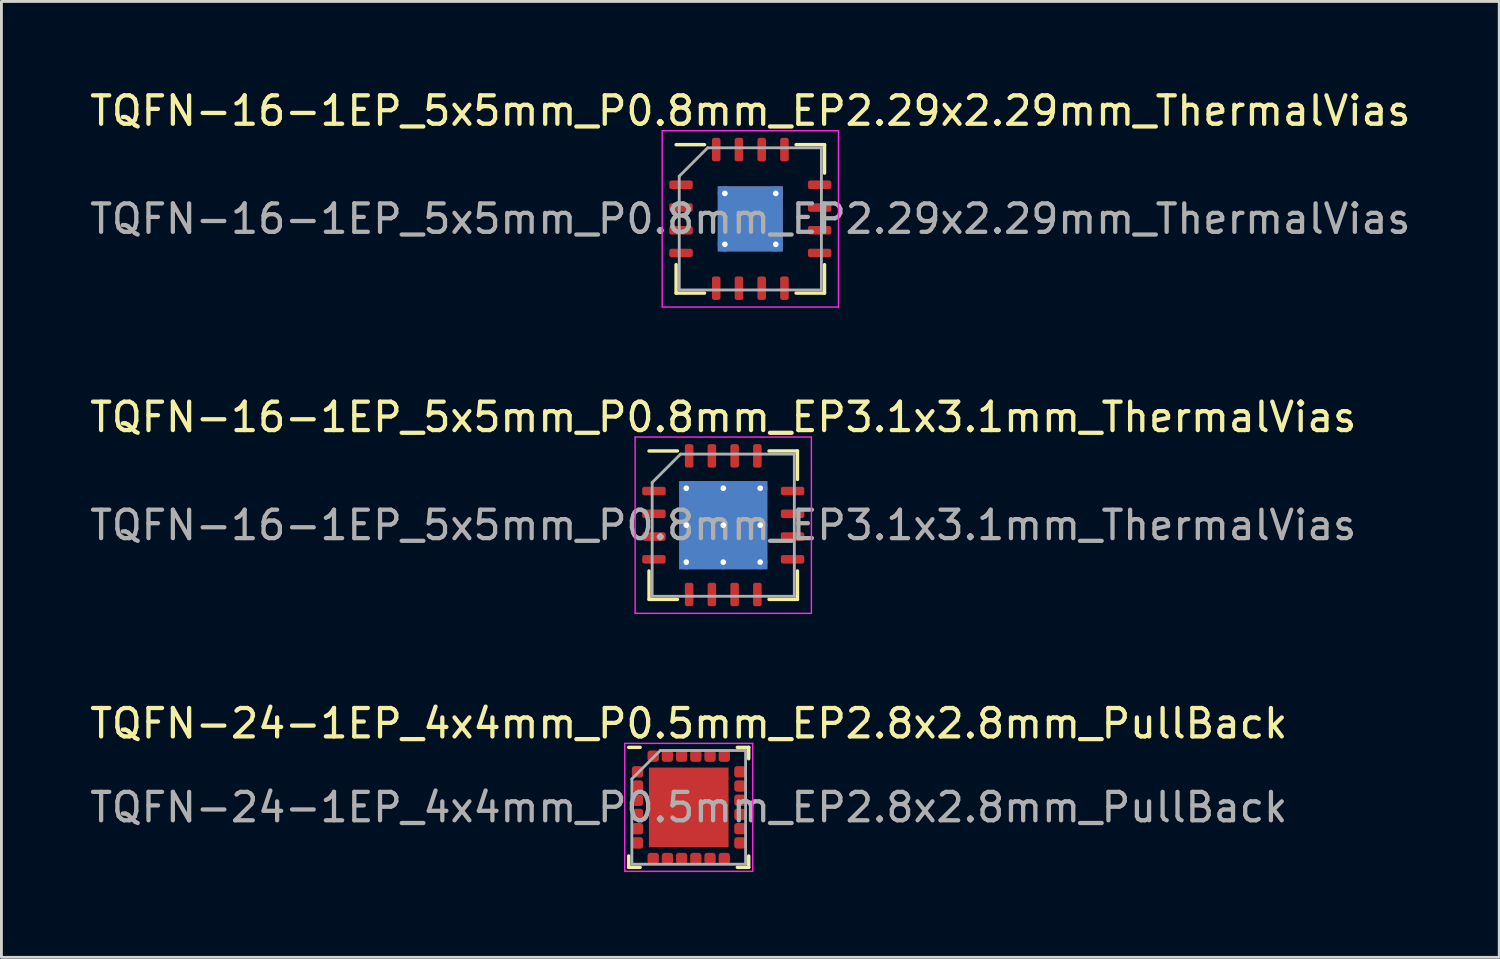
<source format=kicad_pcb>
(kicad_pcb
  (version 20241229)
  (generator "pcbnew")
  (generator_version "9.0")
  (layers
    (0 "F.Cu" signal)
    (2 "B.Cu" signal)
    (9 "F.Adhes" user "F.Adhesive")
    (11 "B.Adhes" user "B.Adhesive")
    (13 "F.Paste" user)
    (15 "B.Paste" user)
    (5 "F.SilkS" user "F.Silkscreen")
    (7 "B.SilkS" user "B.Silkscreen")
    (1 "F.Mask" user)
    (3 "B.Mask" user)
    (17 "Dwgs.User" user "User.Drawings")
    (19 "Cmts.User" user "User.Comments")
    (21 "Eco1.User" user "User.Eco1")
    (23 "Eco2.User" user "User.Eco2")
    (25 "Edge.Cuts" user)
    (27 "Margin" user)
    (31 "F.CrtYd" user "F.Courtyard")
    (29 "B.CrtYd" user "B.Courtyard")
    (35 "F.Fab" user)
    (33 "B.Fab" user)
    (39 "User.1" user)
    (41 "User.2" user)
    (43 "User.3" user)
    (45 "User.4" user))
  (footprint "TQFN-24-1EP_4x4mm_P0.5mm_EP2.8x2.8mm_PullBack"
    (layer "F.Cu")
    (at 21.173 25.345)
    (property "Reference" "TQFN-24-1EP_4x4mm_P0.5mm_EP2.8x2.8mm_PullBack" (at 0 -2.95 0) (layer "F.SilkS") (effects (font (size 1 1) (thickness 0.15))))
    (attr smd)
    (fp_line (start -2.11 2.11) (end -2.11 1.71) (stroke (width 0.12) (type solid)) (layer "F.SilkS"))
    (fp_line (start -1.71 -2.11) (end -2.11 -2.11) (stroke (width 0.12) (type solid)) (layer "F.SilkS"))
    (fp_line (start -1.71 2.11) (end -2.11 2.11) (stroke (width 0.12) (type solid)) (layer "F.SilkS"))
    (fp_line (start 1.71 -2.11) (end 2.11 -2.11) (stroke (width 0.12) (type solid)) (layer "F.SilkS"))
    (fp_line (start 1.71 2.11) (end 2.11 2.11) (stroke (width 0.12) (type solid)) (layer "F.SilkS"))
    (fp_line (start 2.11 -2.11) (end 2.11 -1.71) (stroke (width 0.12) (type solid)) (layer "F.SilkS"))
    (fp_line (start 2.11 2.11) (end 2.11 1.71) (stroke (width 0.12) (type solid)) (layer "F.SilkS"))
    (fp_line (start -2.25 -2.25) (end -2.25 2.25) (stroke (width 0.05) (type solid)) (layer "F.CrtYd"))
    (fp_line (start -2.25 2.25) (end 2.25 2.25) (stroke (width 0.05) (type solid)) (layer "F.CrtYd"))
    (fp_line (start 2.25 -2.25) (end -2.25 -2.25) (stroke (width 0.05) (type solid)) (layer "F.CrtYd"))
    (fp_line (start 2.25 2.25) (end 2.25 -2.25) (stroke (width 0.05) (type solid)) (layer "F.CrtYd"))
    (fp_line (start -2 -1) (end -1 -2) (stroke (width 0.1) (type solid)) (layer "F.Fab"))
    (fp_line (start -2 2) (end -2 -1) (stroke (width 0.1) (type solid)) (layer "F.Fab"))
    (fp_line (start -1 -2) (end 2 -2) (stroke (width 0.1) (type solid)) (layer "F.Fab"))
    (fp_line (start 2 -2) (end 2 2) (stroke (width 0.1) (type solid)) (layer "F.Fab"))
    (fp_line (start 2 2) (end -2 2) (stroke (width 0.1) (type solid)) (layer "F.Fab"))
    (fp_text user "${REFERENCE}" (at 0 0 0) (layer "F.Fab") (effects (font (size 1 1) (thickness 0.15))))
    (pad "" smd roundrect (at -0.7 -0.7) (size 1.13 1.13) (layers "F.Paste") (roundrect_rratio 0.221))
    (pad "" smd roundrect (at -0.7 0.7) (size 1.13 1.13) (layers "F.Paste") (roundrect_rratio 0.221))
    (pad "" smd roundrect (at 0.7 -0.7) (size 1.13 1.13) (layers "F.Paste") (roundrect_rratio 0.221))
    (pad "" smd roundrect (at 0.7 0.7) (size 1.13 1.13) (layers "F.Paste") (roundrect_rratio 0.221))
    (pad "1" smd roundrect (at -1.8 -1.25) (size 0.4 0.4) (layers "F.Cu" "F.Mask" "F.Paste") (roundrect_rratio 0.25))
    (pad "2" smd roundrect (at -1.8 -0.75) (size 0.4 0.4) (layers "F.Cu" "F.Mask" "F.Paste") (roundrect_rratio 0.25))
    (pad "3" smd roundrect (at -1.8 -0.25) (size 0.4 0.4) (layers "F.Cu" "F.Mask" "F.Paste") (roundrect_rratio 0.25))
    (pad "4" smd roundrect (at -1.8 0.25) (size 0.4 0.4) (layers "F.Cu" "F.Mask" "F.Paste") (roundrect_rratio 0.25))
    (pad "5" smd roundrect (at -1.8 0.75) (size 0.4 0.4) (layers "F.Cu" "F.Mask" "F.Paste") (roundrect_rratio 0.25))
    (pad "6" smd roundrect (at -1.8 1.25) (size 0.4 0.4) (layers "F.Cu" "F.Mask" "F.Paste") (roundrect_rratio 0.25))
    (pad "7" smd roundrect (at -1.25 1.8) (size 0.4 0.4) (layers "F.Cu" "F.Mask" "F.Paste") (roundrect_rratio 0.25))
    (pad "8" smd roundrect (at -0.75 1.8) (size 0.4 0.4) (layers "F.Cu" "F.Mask" "F.Paste") (roundrect_rratio 0.25))
    (pad "9" smd roundrect (at -0.25 1.8) (size 0.4 0.4) (layers "F.Cu" "F.Mask" "F.Paste") (roundrect_rratio 0.25))
    (pad "10" smd roundrect (at 0.25 1.8) (size 0.4 0.4) (layers "F.Cu" "F.Mask" "F.Paste") (roundrect_rratio 0.25))
    (pad "11" smd roundrect (at 0.75 1.8) (size 0.4 0.4) (layers "F.Cu" "F.Mask" "F.Paste") (roundrect_rratio 0.25))
    (pad "12" smd roundrect (at 1.25 1.8) (size 0.4 0.4) (layers "F.Cu" "F.Mask" "F.Paste") (roundrect_rratio 0.25))
    (pad "13" smd roundrect (at 1.8 1.25) (size 0.4 0.4) (layers "F.Cu" "F.Mask" "F.Paste") (roundrect_rratio 0.25))
    (pad "14" smd roundrect (at 1.8 0.75) (size 0.4 0.4) (layers "F.Cu" "F.Mask" "F.Paste") (roundrect_rratio 0.25))
    (pad "15" smd roundrect (at 1.8 0.25) (size 0.4 0.4) (layers "F.Cu" "F.Mask" "F.Paste") (roundrect_rratio 0.25))
    (pad "16" smd roundrect (at 1.8 -0.25) (size 0.4 0.4) (layers "F.Cu" "F.Mask" "F.Paste") (roundrect_rratio 0.25))
    (pad "17" smd roundrect (at 1.8 -0.75) (size 0.4 0.4) (layers "F.Cu" "F.Mask" "F.Paste") (roundrect_rratio 0.25))
    (pad "18" smd roundrect (at 1.8 -1.25) (size 0.4 0.4) (layers "F.Cu" "F.Mask" "F.Paste") (roundrect_rratio 0.25))
    (pad "19" smd roundrect (at 1.25 -1.8) (size 0.4 0.4) (layers "F.Cu" "F.Mask" "F.Paste") (roundrect_rratio 0.25))
    (pad "20" smd roundrect (at 0.75 -1.8) (size 0.4 0.4) (layers "F.Cu" "F.Mask" "F.Paste") (roundrect_rratio 0.25))
    (pad "21" smd roundrect (at 0.25 -1.8) (size 0.4 0.4) (layers "F.Cu" "F.Mask" "F.Paste") (roundrect_rratio 0.25))
    (pad "22" smd roundrect (at -0.25 -1.8) (size 0.4 0.4) (layers "F.Cu" "F.Mask" "F.Paste") (roundrect_rratio 0.25))
    (pad "23" smd roundrect (at -0.75 -1.8) (size 0.4 0.4) (layers "F.Cu" "F.Mask" "F.Paste") (roundrect_rratio 0.25))
    (pad "24" smd roundrect (at -1.25 -1.8) (size 0.4 0.4) (layers "F.Cu" "F.Mask" "F.Paste") (roundrect_rratio 0.25))
    (pad "25" smd rect (at 0 0) (size 2.8 2.8) (layers "F.Cu" "F.Mask")))
  (footprint "TQFN-16-1EP_5x5mm_P0.8mm_EP3.1x3.1mm_ThermalVias"
    (layer "F.Cu")
    (at 22.387 15.421)
    (property "Reference" "TQFN-16-1EP_5x5mm_P0.8mm_EP3.1x3.1mm_ThermalVias" (at 0 -3.8 0) (layer "F.SilkS") (effects (font (size 1 1) (thickness 0.15))))
    (attr smd)
    (fp_line (start -2.61 2.61) (end -2.61 1.61) (stroke (width 0.12) (type solid)) (layer "F.SilkS"))
    (fp_line (start -1.61 -2.61) (end -2.61 -2.61) (stroke (width 0.12) (type solid)) (layer "F.SilkS"))
    (fp_line (start -1.61 2.61) (end -2.61 2.61) (stroke (width 0.12) (type solid)) (layer "F.SilkS"))
    (fp_line (start 1.61 -2.61) (end 2.61 -2.61) (stroke (width 0.12) (type solid)) (layer "F.SilkS"))
    (fp_line (start 1.61 2.61) (end 2.61 2.61) (stroke (width 0.12) (type solid)) (layer "F.SilkS"))
    (fp_line (start 2.61 -2.61) (end 2.61 -1.61) (stroke (width 0.12) (type solid)) (layer "F.SilkS"))
    (fp_line (start 2.61 2.61) (end 2.61 1.61) (stroke (width 0.12) (type solid)) (layer "F.SilkS"))
    (fp_line (start -3.1 -3.1) (end -3.1 3.1) (stroke (width 0.05) (type solid)) (layer "F.CrtYd"))
    (fp_line (start -3.1 3.1) (end 3.1 3.1) (stroke (width 0.05) (type solid)) (layer "F.CrtYd"))
    (fp_line (start 3.1 -3.1) (end -3.1 -3.1) (stroke (width 0.05) (type solid)) (layer "F.CrtYd"))
    (fp_line (start 3.1 3.1) (end 3.1 -3.1) (stroke (width 0.05) (type solid)) (layer "F.CrtYd"))
    (fp_line (start -2.5 -1.5) (end -1.5 -2.5) (stroke (width 0.1) (type solid)) (layer "F.Fab"))
    (fp_line (start -2.5 2.5) (end -2.5 -1.5) (stroke (width 0.1) (type solid)) (layer "F.Fab"))
    (fp_line (start -1.5 -2.5) (end 2.5 -2.5) (stroke (width 0.1) (type solid)) (layer "F.Fab"))
    (fp_line (start 2.5 -2.5) (end 2.5 2.5) (stroke (width 0.1) (type solid)) (layer "F.Fab"))
    (fp_line (start 2.5 2.5) (end -2.5 2.5) (stroke (width 0.1) (type solid)) (layer "F.Fab"))
    (fp_text user "${REFERENCE}" (at 0 0 0) (layer "F.Fab") (effects (font (size 1 1) (thickness 0.15))))
    (pad "" smd roundrect (at -0.775 -0.775) (size 1.34 1.34) (layers "F.Paste") (roundrect_rratio 0.187))
    (pad "" smd roundrect (at -0.775 0.775) (size 1.34 1.34) (layers "F.Paste") (roundrect_rratio 0.187))
    (pad "" smd roundrect (at 0.775 -0.775) (size 1.34 1.34) (layers "F.Paste") (roundrect_rratio 0.187))
    (pad "" smd roundrect (at 0.775 0.775) (size 1.34 1.34) (layers "F.Paste") (roundrect_rratio 0.187))
    (pad "1" smd roundrect (at -2.438 -1.2) (size 0.825 0.3) (layers "F.Cu" "F.Mask" "F.Paste") (roundrect_rratio 0.25))
    (pad "2" smd roundrect (at -2.438 -0.4) (size 0.825 0.3) (layers "F.Cu" "F.Mask" "F.Paste") (roundrect_rratio 0.25))
    (pad "3" smd roundrect (at -2.438 0.4) (size 0.825 0.3) (layers "F.Cu" "F.Mask" "F.Paste") (roundrect_rratio 0.25))
    (pad "4" smd roundrect (at -2.438 1.2) (size 0.825 0.3) (layers "F.Cu" "F.Mask" "F.Paste") (roundrect_rratio 0.25))
    (pad "5" smd roundrect (at -1.2 2.438) (size 0.3 0.825) (layers "F.Cu" "F.Mask" "F.Paste") (roundrect_rratio 0.25))
    (pad "6" smd roundrect (at -0.4 2.438) (size 0.3 0.825) (layers "F.Cu" "F.Mask" "F.Paste") (roundrect_rratio 0.25))
    (pad "7" smd roundrect (at 0.4 2.438) (size 0.3 0.825) (layers "F.Cu" "F.Mask" "F.Paste") (roundrect_rratio 0.25))
    (pad "8" smd roundrect (at 1.2 2.438) (size 0.3 0.825) (layers "F.Cu" "F.Mask" "F.Paste") (roundrect_rratio 0.25))
    (pad "9" smd roundrect (at 2.438 1.2) (size 0.825 0.3) (layers "F.Cu" "F.Mask" "F.Paste") (roundrect_rratio 0.25))
    (pad "10" smd roundrect (at 2.438 0.4) (size 0.825 0.3) (layers "F.Cu" "F.Mask" "F.Paste") (roundrect_rratio 0.25))
    (pad "11" smd roundrect (at 2.438 -0.4) (size 0.825 0.3) (layers "F.Cu" "F.Mask" "F.Paste") (roundrect_rratio 0.25))
    (pad "12" smd roundrect (at 2.438 -1.2) (size 0.825 0.3) (layers "F.Cu" "F.Mask" "F.Paste") (roundrect_rratio 0.25))
    (pad "13" smd roundrect (at 1.2 -2.438) (size 0.3 0.825) (layers "F.Cu" "F.Mask" "F.Paste") (roundrect_rratio 0.25))
    (pad "14" smd roundrect (at 0.4 -2.438) (size 0.3 0.825) (layers "F.Cu" "F.Mask" "F.Paste") (roundrect_rratio 0.25))
    (pad "15" smd roundrect (at -0.4 -2.438) (size 0.3 0.825) (layers "F.Cu" "F.Mask" "F.Paste") (roundrect_rratio 0.25))
    (pad "16" smd roundrect (at -1.2 -2.438) (size 0.3 0.825) (layers "F.Cu" "F.Mask" "F.Paste") (roundrect_rratio 0.25))
    (pad "17" thru_hole circle (at -1.3 -1.3) (size 0.5 0.5) (drill 0.2) (layers "*.Cu"))
    (pad "17" thru_hole circle (at -1.3 0) (size 0.5 0.5) (drill 0.2) (layers "*.Cu"))
    (pad "17" thru_hole circle (at -1.3 1.3) (size 0.5 0.5) (drill 0.2) (layers "*.Cu"))
    (pad "17" thru_hole circle (at 0 -1.3) (size 0.5 0.5) (drill 0.2) (layers "*.Cu"))
    (pad "17" thru_hole circle (at 0 0) (size 0.5 0.5) (drill 0.2) (layers "*.Cu"))
    (pad "17" smd rect (at 0 0) (size 3.1 3.1) (layers "F.Cu" "F.Mask"))
    (pad "17" smd rect (at 0 0) (size 3.1 3.1) (layers "B.Cu"))
    (pad "17" thru_hole circle (at 0 1.3) (size 0.5 0.5) (drill 0.2) (layers "*.Cu"))
    (pad "17" thru_hole circle (at 1.3 -1.3) (size 0.5 0.5) (drill 0.2) (layers "*.Cu"))
    (pad "17" thru_hole circle (at 1.3 0) (size 0.5 0.5) (drill 0.2) (layers "*.Cu"))
    (pad "17" thru_hole circle (at 1.3 1.3) (size 0.5 0.5) (drill 0.2) (layers "*.Cu")))
  (footprint "TQFN-16-1EP_5x5mm_P0.8mm_EP2.29x2.29mm_ThermalVias"
    (layer "F.Cu")
    (at 23.339 4.648)
    (property "Reference" "TQFN-16-1EP_5x5mm_P0.8mm_EP2.29x2.29mm_ThermalVias" (at 0 -3.8 0) (layer "F.SilkS") (effects (font (size 1 1) (thickness 0.15))))
    (attr smd)
    (fp_line (start -2.61 2.61) (end -2.61 1.61) (stroke (width 0.12) (type solid)) (layer "F.SilkS"))
    (fp_line (start -1.61 -2.61) (end -2.61 -2.61) (stroke (width 0.12) (type solid)) (layer "F.SilkS"))
    (fp_line (start -1.61 2.61) (end -2.61 2.61) (stroke (width 0.12) (type solid)) (layer "F.SilkS"))
    (fp_line (start 1.61 -2.61) (end 2.61 -2.61) (stroke (width 0.12) (type solid)) (layer "F.SilkS"))
    (fp_line (start 1.61 2.61) (end 2.61 2.61) (stroke (width 0.12) (type solid)) (layer "F.SilkS"))
    (fp_line (start 2.61 -2.61) (end 2.61 -1.61) (stroke (width 0.12) (type solid)) (layer "F.SilkS"))
    (fp_line (start 2.61 2.61) (end 2.61 1.61) (stroke (width 0.12) (type solid)) (layer "F.SilkS"))
    (fp_line (start -3.1 -3.1) (end -3.1 3.1) (stroke (width 0.05) (type solid)) (layer "F.CrtYd"))
    (fp_line (start -3.1 3.1) (end 3.1 3.1) (stroke (width 0.05) (type solid)) (layer "F.CrtYd"))
    (fp_line (start 3.1 -3.1) (end -3.1 -3.1) (stroke (width 0.05) (type solid)) (layer "F.CrtYd"))
    (fp_line (start 3.1 3.1) (end 3.1 -3.1) (stroke (width 0.05) (type solid)) (layer "F.CrtYd"))
    (fp_line (start -2.5 -1.5) (end -1.5 -2.5) (stroke (width 0.1) (type solid)) (layer "F.Fab"))
    (fp_line (start -2.5 2.5) (end -2.5 -1.5) (stroke (width 0.1) (type solid)) (layer "F.Fab"))
    (fp_line (start -1.5 -2.5) (end 2.5 -2.5) (stroke (width 0.1) (type solid)) (layer "F.Fab"))
    (fp_line (start 2.5 -2.5) (end 2.5 2.5) (stroke (width 0.1) (type solid)) (layer "F.Fab"))
    (fp_line (start 2.5 2.5) (end -2.5 2.5) (stroke (width 0.1) (type solid)) (layer "F.Fab"))
    (fp_text user "${REFERENCE}" (at 0 0 0) (layer "F.Fab") (effects (font (size 1 1) (thickness 0.15))))
    (pad "" smd roundrect (at -0.57 -0.57) (size 0.99 0.99) (layers "F.Paste") (roundrect_rratio 0.25))
    (pad "" smd roundrect (at -0.57 0.57) (size 0.99 0.99) (layers "F.Paste") (roundrect_rratio 0.25))
    (pad "" smd roundrect (at 0.57 -0.57) (size 0.99 0.99) (layers "F.Paste") (roundrect_rratio 0.25))
    (pad "" smd roundrect (at 0.57 0.57) (size 0.99 0.99) (layers "F.Paste") (roundrect_rratio 0.25))
    (pad "1" smd roundrect (at -2.438 -1.2) (size 0.825 0.3) (layers "F.Cu" "F.Mask" "F.Paste") (roundrect_rratio 0.25))
    (pad "2" smd roundrect (at -2.438 -0.4) (size 0.825 0.3) (layers "F.Cu" "F.Mask" "F.Paste") (roundrect_rratio 0.25))
    (pad "3" smd roundrect (at -2.438 0.4) (size 0.825 0.3) (layers "F.Cu" "F.Mask" "F.Paste") (roundrect_rratio 0.25))
    (pad "4" smd roundrect (at -2.438 1.2) (size 0.825 0.3) (layers "F.Cu" "F.Mask" "F.Paste") (roundrect_rratio 0.25))
    (pad "5" smd roundrect (at -1.2 2.438) (size 0.3 0.825) (layers "F.Cu" "F.Mask" "F.Paste") (roundrect_rratio 0.25))
    (pad "6" smd roundrect (at -0.4 2.438) (size 0.3 0.825) (layers "F.Cu" "F.Mask" "F.Paste") (roundrect_rratio 0.25))
    (pad "7" smd roundrect (at 0.4 2.438) (size 0.3 0.825) (layers "F.Cu" "F.Mask" "F.Paste") (roundrect_rratio 0.25))
    (pad "8" smd roundrect (at 1.2 2.438) (size 0.3 0.825) (layers "F.Cu" "F.Mask" "F.Paste") (roundrect_rratio 0.25))
    (pad "9" smd roundrect (at 2.438 1.2) (size 0.825 0.3) (layers "F.Cu" "F.Mask" "F.Paste") (roundrect_rratio 0.25))
    (pad "10" smd roundrect (at 2.438 0.4) (size 0.825 0.3) (layers "F.Cu" "F.Mask" "F.Paste") (roundrect_rratio 0.25))
    (pad "11" smd roundrect (at 2.438 -0.4) (size 0.825 0.3) (layers "F.Cu" "F.Mask" "F.Paste") (roundrect_rratio 0.25))
    (pad "12" smd roundrect (at 2.438 -1.2) (size 0.825 0.3) (layers "F.Cu" "F.Mask" "F.Paste") (roundrect_rratio 0.25))
    (pad "13" smd roundrect (at 1.2 -2.438) (size 0.3 0.825) (layers "F.Cu" "F.Mask" "F.Paste") (roundrect_rratio 0.25))
    (pad "14" smd roundrect (at 0.4 -2.438) (size 0.3 0.825) (layers "F.Cu" "F.Mask" "F.Paste") (roundrect_rratio 0.25))
    (pad "15" smd roundrect (at -0.4 -2.438) (size 0.3 0.825) (layers "F.Cu" "F.Mask" "F.Paste") (roundrect_rratio 0.25))
    (pad "16" smd roundrect (at -1.2 -2.438) (size 0.3 0.825) (layers "F.Cu" "F.Mask" "F.Paste") (roundrect_rratio 0.25))
    (pad "17" thru_hole circle (at -0.895 -0.895) (size 0.5 0.5) (drill 0.2) (layers "*.Cu"))
    (pad "17" thru_hole circle (at -0.895 0.895) (size 0.5 0.5) (drill 0.2) (layers "*.Cu"))
    (pad "17" smd rect (at 0 0) (size 2.29 2.29) (layers "F.Cu" "F.Mask"))
    (pad "17" smd rect (at 0 0) (size 2.29 2.29) (layers "B.Cu"))
    (pad "17" thru_hole circle (at 0.895 -0.895) (size 0.5 0.5) (drill 0.2) (layers "*.Cu"))
    (pad "17" thru_hole circle (at 0.895 0.895) (size 0.5 0.5) (drill 0.2) (layers "*.Cu")))
  (gr_rect
    (start -3 -3)
    (end 49.679 30.62)
    (stroke (width 0.1) (type default))
    (fill no)
    (layer "Edge.Cuts")))
</source>
